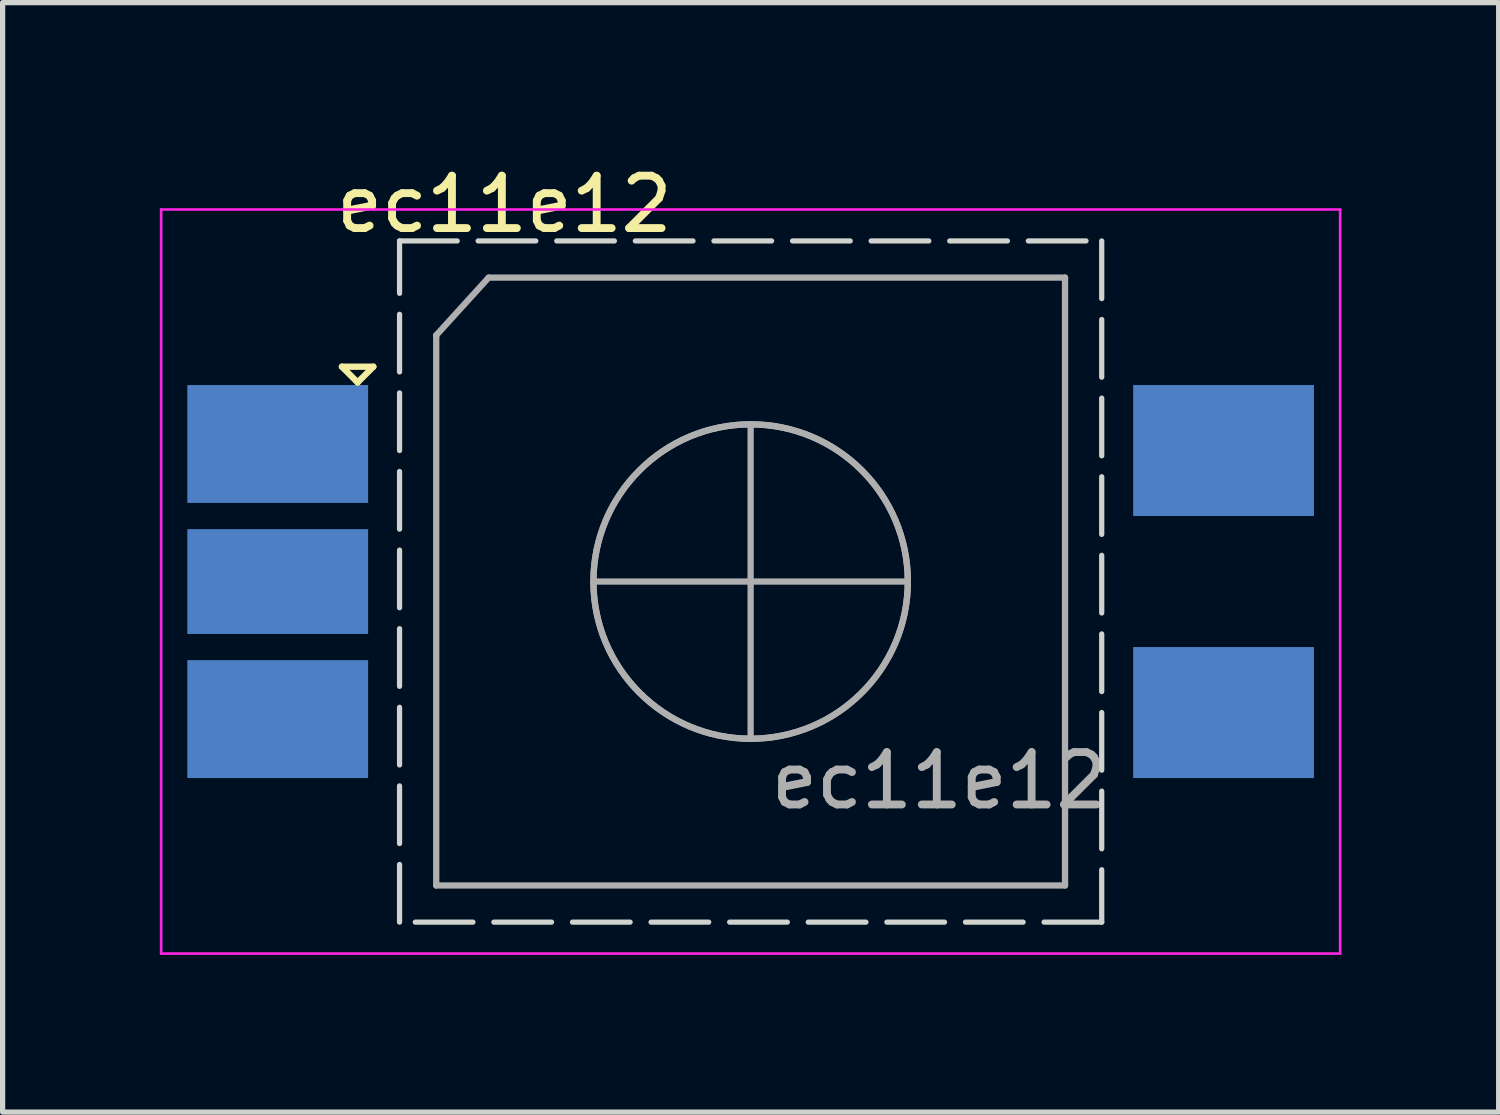
<source format=kicad_pcb>
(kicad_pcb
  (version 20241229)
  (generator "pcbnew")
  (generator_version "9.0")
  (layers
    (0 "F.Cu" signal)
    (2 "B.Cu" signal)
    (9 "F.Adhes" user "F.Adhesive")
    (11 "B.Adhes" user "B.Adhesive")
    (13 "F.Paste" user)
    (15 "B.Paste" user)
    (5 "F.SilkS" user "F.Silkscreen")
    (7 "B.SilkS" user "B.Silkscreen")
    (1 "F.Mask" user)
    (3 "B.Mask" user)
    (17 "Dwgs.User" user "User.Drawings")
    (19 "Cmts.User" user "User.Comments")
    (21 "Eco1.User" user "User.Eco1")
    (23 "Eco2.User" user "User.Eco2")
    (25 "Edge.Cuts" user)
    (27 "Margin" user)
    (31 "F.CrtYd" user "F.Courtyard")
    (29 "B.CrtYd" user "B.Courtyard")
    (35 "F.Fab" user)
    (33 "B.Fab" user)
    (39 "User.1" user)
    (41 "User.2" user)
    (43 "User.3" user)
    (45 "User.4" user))
  (footprint "ec11e12"
    (layer "F.Cu")
    (at 3.775 5.548)
    (property "Reference" "ec11e12" (at 2.8 -4.7 0) (layer "F.SilkS") (effects (font (size 1 1) (thickness 0.15))))
    (attr through_hole)
    (fp_line (start -0.3 -1.6) (end 0.3 -1.6) (stroke (width 0.12) (type solid)) (layer "F.SilkS"))
    (fp_line (start 0 -1.3) (end -0.3 -1.6) (stroke (width 0.12) (type solid)) (layer "F.SilkS"))
    (fp_line (start 0.3 -1.6) (end 0 -1.3) (stroke (width 0.12) (type solid)) (layer "F.SilkS"))
    (fp_rect (start 0.8 -4) (end 14.2 9) (stroke (width 0.1) (type dash)) (fill no) (layer "Edge.Cuts"))
    (fp_line (start -3.75 -4.6) (end -3.75 9.6) (stroke (width 0.05) (type solid)) (layer "F.CrtYd"))
    (fp_line (start -3.75 -4.6) (end 18.75 -4.6) (stroke (width 0.05) (type solid)) (layer "F.CrtYd"))
    (fp_line (start 18.75 9.6) (end -3.75 9.6) (stroke (width 0.05) (type solid)) (layer "F.CrtYd"))
    (fp_line (start 18.75 9.6) (end 18.75 -4.6) (stroke (width 0.05) (type solid)) (layer "F.CrtYd"))
    (fp_line (start 1.5 -2.2) (end 2.5 -3.3) (stroke (width 0.12) (type solid)) (layer "F.Fab"))
    (fp_line (start 1.5 8.3) (end 1.5 -2.2) (stroke (width 0.12) (type solid)) (layer "F.Fab"))
    (fp_line (start 2.5 -3.3) (end 13.5 -3.3) (stroke (width 0.12) (type solid)) (layer "F.Fab"))
    (fp_line (start 4.5 2.5) (end 10.5 2.5) (stroke (width 0.12) (type solid)) (layer "F.Fab"))
    (fp_line (start 7.5 -0.5) (end 7.5 5.5) (stroke (width 0.12) (type solid)) (layer "F.Fab"))
    (fp_line (start 13.5 -3.3) (end 13.5 8.3) (stroke (width 0.12) (type solid)) (layer "F.Fab"))
    (fp_line (start 13.5 8.3) (end 1.5 8.3) (stroke (width 0.12) (type solid)) (layer "F.Fab"))
    (fp_circle (center 7.5 2.5) (end 10.5 2.5) (stroke (width 0.12) (type solid)) (fill no) (layer "F.Fab"))
    (fp_circle (center 7.5 2.5) (end 10.5 2.5) (stroke (width 0.12) (type solid)) (fill no) (layer "F.Fab"))
    (fp_text user "${REFERENCE}" (at 11.1 6.3 0) (layer "F.Fab") (effects (font (size 1 1) (thickness 0.15))))
    (pad "A" smd rect (at -1.525 -0.125) (size 3.45 2.25) (layers "B.Cu" "B.Mask" "B.Paste"))
    (pad "B" smd rect (at -1.525 5.125) (size 3.45 2.25) (layers "B.Cu" "B.Mask" "B.Paste"))
    (pad "C" smd rect (at -1.525 2.5) (size 3.45 2) (layers "B.Cu" "B.Mask" "B.Paste"))
    (pad "S1" smd rect (at 16.525 5) (size 3.45 2.5) (layers "B.Cu" "B.Mask" "B.Paste"))
    (pad "S2" smd rect (at 16.525 0) (size 3.45 2.5) (layers "B.Cu" "B.Mask" "B.Paste")))
  (gr_rect
    (start -3 -3)
    (end 25.55 18.173)
    (stroke (width 0.1) (type default))
    (fill no)
    (layer "Edge.Cuts")))
</source>
